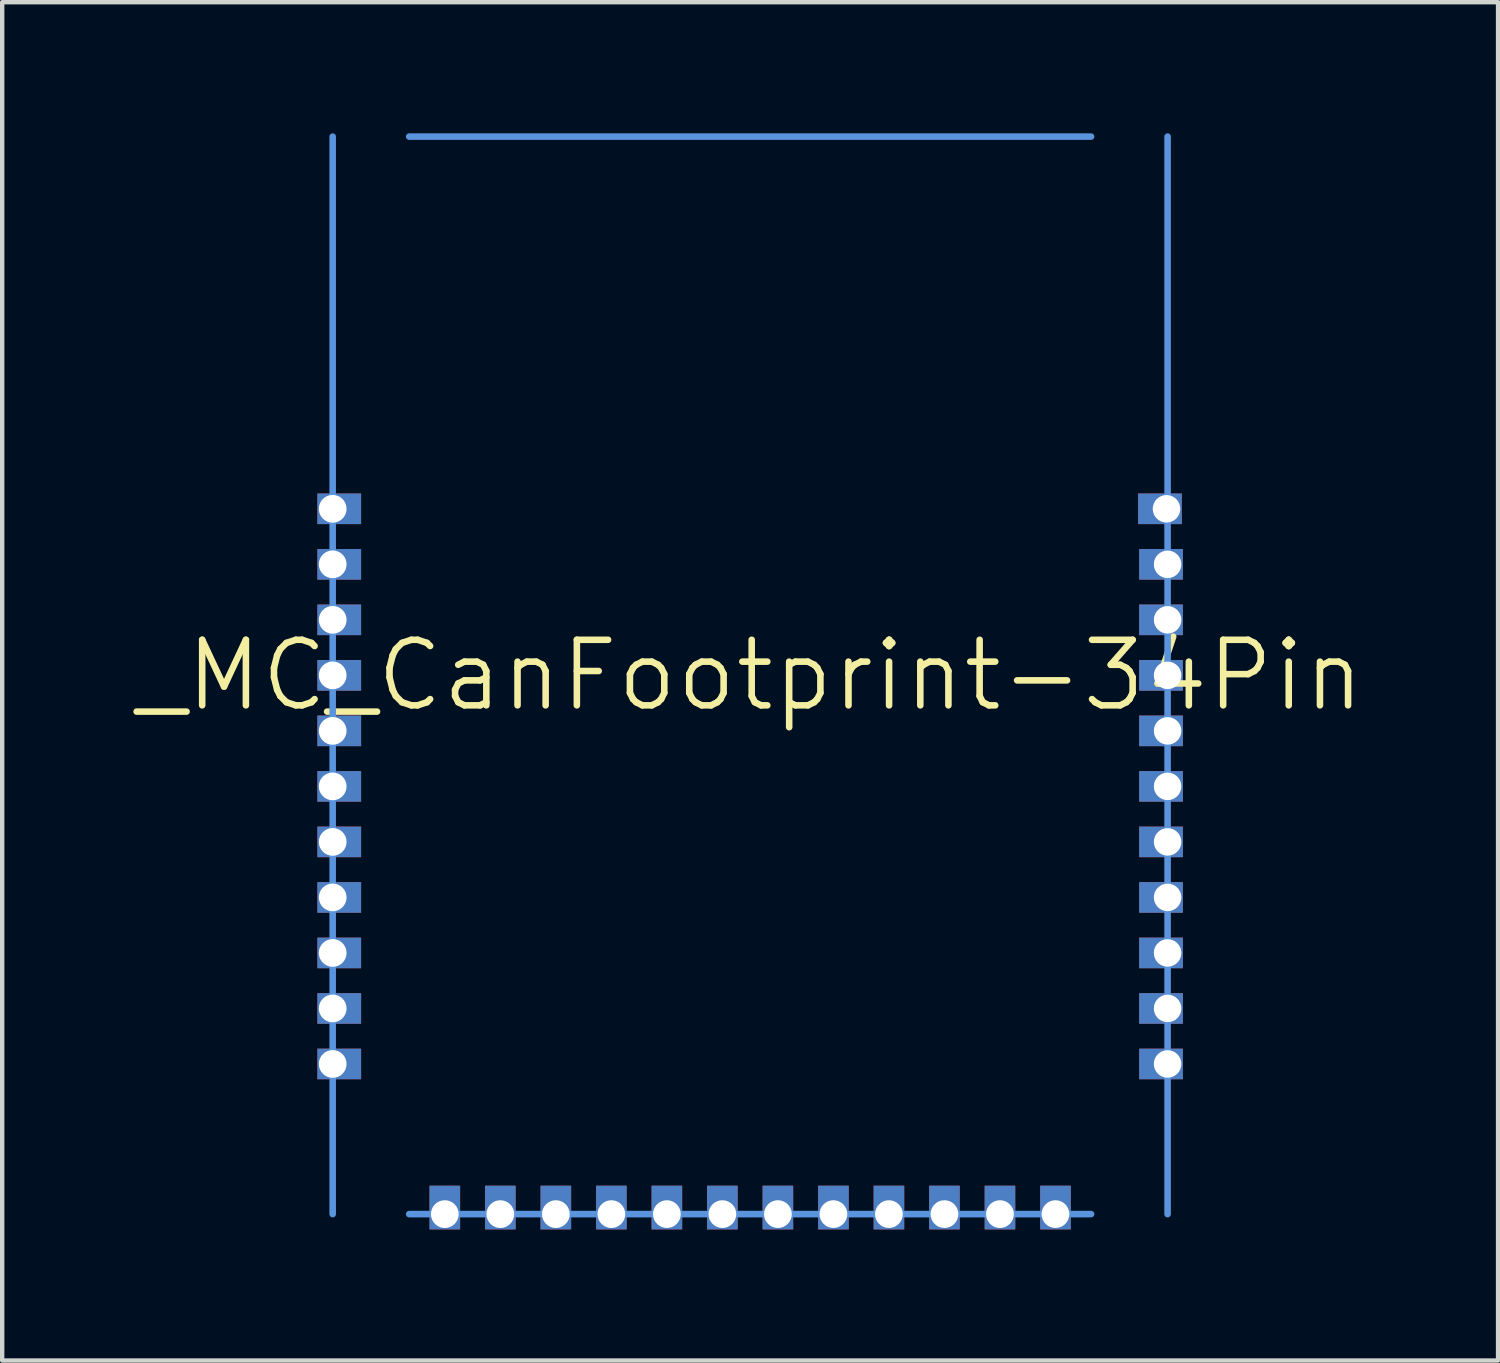
<source format=kicad_pcb>
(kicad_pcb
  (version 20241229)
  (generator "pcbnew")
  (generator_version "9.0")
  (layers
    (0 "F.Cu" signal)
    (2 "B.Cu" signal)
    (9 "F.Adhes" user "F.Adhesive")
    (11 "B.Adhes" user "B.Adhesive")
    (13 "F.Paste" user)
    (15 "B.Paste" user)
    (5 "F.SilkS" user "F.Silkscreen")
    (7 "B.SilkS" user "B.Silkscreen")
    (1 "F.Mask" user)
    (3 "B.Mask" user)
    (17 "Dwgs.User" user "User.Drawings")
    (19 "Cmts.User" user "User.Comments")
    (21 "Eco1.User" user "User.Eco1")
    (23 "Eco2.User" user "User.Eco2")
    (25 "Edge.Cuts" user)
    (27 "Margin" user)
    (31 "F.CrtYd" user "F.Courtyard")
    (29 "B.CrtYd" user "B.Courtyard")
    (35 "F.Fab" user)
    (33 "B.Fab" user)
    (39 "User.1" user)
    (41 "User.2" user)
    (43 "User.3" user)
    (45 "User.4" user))
  (footprint "_MC_CanFootprint-34Pin"
    (layer "F.Cu")
    (at 14.111 12.4)
    (property "Reference" "_MC_CanFootprint-34Pin" (at 0 0 0) (layer "F.SilkS") (effects (font (size 1.5 1.5) (thickness 0.15))))
    (attr through_hole)
    (fp_line (start -9.55 12.325) (end -9.55 -12.325) (stroke (width 0.15) (type solid)) (layer "Cmts.User"))
    (fp_line (start -7.8 -12.325) (end 7.8 -12.325) (stroke (width 0.15) (type solid)) (layer "Cmts.User"))
    (fp_line (start -7.8 12.325) (end 7.8 12.325) (stroke (width 0.15) (type solid)) (layer "Cmts.User"))
    (fp_line (start 9.55 -12.325) (end 9.55 12.325) (stroke (width 0.15) (type solid)) (layer "Cmts.User"))
    (pad "1" thru_hole trapezoid (at -9.55 -3.81) (size 1 0.7) (drill 0.635 (offset 0.15 0)) (layers "*.Cu" "*.Mask"))
    (pad "2" thru_hole trapezoid (at -9.55 -2.54) (size 1 0.7) (drill 0.635 (offset 0.15 0)) (layers "*.Cu" "*.Mask"))
    (pad "3" thru_hole trapezoid (at -9.55 -1.27) (size 1 0.7) (drill 0.635 (offset 0.15 0)) (layers "*.Cu" "*.Mask"))
    (pad "4" thru_hole trapezoid (at -9.55 0) (size 1 0.7) (drill 0.635 (offset 0.15 0)) (layers "*.Cu" "*.Mask"))
    (pad "5" thru_hole trapezoid (at -9.55 1.27) (size 1 0.7) (drill 0.635 (offset 0.15 0)) (layers "*.Cu" "*.Mask"))
    (pad "6" thru_hole trapezoid (at -9.55 2.54) (size 1 0.7) (drill 0.635 (offset 0.15 0)) (layers "*.Cu" "*.Mask"))
    (pad "7" thru_hole trapezoid (at -9.55 3.81) (size 1 0.7) (drill 0.635 (offset 0.15 0)) (layers "*.Cu" "*.Mask"))
    (pad "8" thru_hole trapezoid (at -9.55 5.08) (size 1 0.7) (drill 0.635 (offset 0.15 0)) (layers "*.Cu" "*.Mask"))
    (pad "9" thru_hole trapezoid (at -9.55 6.35) (size 1 0.7) (drill 0.635 (offset 0.15 0)) (layers "*.Cu" "*.Mask"))
    (pad "10" thru_hole trapezoid (at -9.55 7.62) (size 1 0.7) (drill 0.635 (offset 0.15 0)) (layers "*.Cu" "*.Mask"))
    (pad "11" thru_hole trapezoid (at -9.55 8.89) (size 1 0.7) (drill 0.635 (offset 0.15 0)) (layers "*.Cu" "*.Mask"))
    (pad "12" thru_hole rect (at -6.985 12.325) (size 0.7 1) (drill 0.635 (offset 0 -0.15)) (layers "*.Cu" "*.Mask"))
    (pad "13" thru_hole rect (at -5.715 12.325) (size 0.7 1) (drill 0.635 (offset 0 -0.15)) (layers "*.Cu" "*.Mask"))
    (pad "14" thru_hole rect (at -4.445 12.325) (size 0.7 1) (drill 0.635 (offset 0 -0.15)) (layers "*.Cu" "*.Mask"))
    (pad "15" thru_hole rect (at -3.175 12.325) (size 0.7 1) (drill 0.635 (offset 0 -0.15)) (layers "*.Cu" "*.Mask"))
    (pad "16" thru_hole rect (at -1.905 12.325) (size 0.7 1) (drill 0.635 (offset 0 -0.15)) (layers "*.Cu" "*.Mask"))
    (pad "17" thru_hole rect (at -0.635 12.325) (size 0.7 1) (drill 0.635 (offset 0 -0.15)) (layers "*.Cu" "*.Mask"))
    (pad "18" thru_hole rect (at 0.635 12.325) (size 0.7 1) (drill 0.635 (offset 0 -0.15)) (layers "*.Cu" "*.Mask"))
    (pad "19" thru_hole rect (at 1.905 12.325) (size 0.7 1) (drill 0.635 (offset 0 -0.15)) (layers "*.Cu" "*.Mask"))
    (pad "20" thru_hole rect (at 3.175 12.325) (size 0.7 1) (drill 0.635 (offset 0 -0.15)) (layers "*.Cu" "*.Mask"))
    (pad "21" thru_hole rect (at 4.445 12.325) (size 0.7 1) (drill 0.635 (offset 0 -0.15)) (layers "*.Cu" "*.Mask"))
    (pad "22" thru_hole rect (at 5.715 12.325) (size 0.7 1) (drill 0.635 (offset 0 -0.15)) (layers "*.Cu" "*.Mask"))
    (pad "23" thru_hole rect (at 6.985 12.325) (size 0.7 1) (drill 0.635 (offset 0 -0.15)) (layers "*.Cu" "*.Mask"))
    (pad "24" thru_hole rect (at 9.55 8.89) (size 1 0.7) (drill 0.63 (offset -0.15 0)) (layers "*.Cu" "*.Mask"))
    (pad "25" thru_hole rect (at 9.55 7.62) (size 1 0.7) (drill 0.63 (offset -0.15 0)) (layers "*.Cu" "*.Mask"))
    (pad "26" thru_hole rect (at 9.55 6.35) (size 1 0.7) (drill 0.63 (offset -0.15 0)) (layers "*.Cu" "*.Mask"))
    (pad "27" thru_hole rect (at 9.55 5.08) (size 1 0.7) (drill 0.63 (offset -0.15 0)) (layers "*.Cu" "*.Mask"))
    (pad "28" thru_hole rect (at 9.55 3.81) (size 1 0.7) (drill 0.63 (offset -0.15 0)) (layers "*.Cu" "*.Mask"))
    (pad "29" thru_hole rect (at 9.55 2.54) (size 1 0.7) (drill 0.63 (offset -0.15 0)) (layers "*.Cu" "*.Mask"))
    (pad "30" thru_hole rect (at 9.55 1.27) (size 1 0.7) (drill 0.63 (offset -0.15 0)) (layers "*.Cu" "*.Mask"))
    (pad "31" thru_hole rect (at 9.55 0) (size 1 0.7) (drill 0.63 (offset -0.15 0)) (layers "*.Cu" "*.Mask"))
    (pad "32" thru_hole rect (at 9.55 -1.27) (size 1 0.7) (drill 0.63 (offset -0.15 0)) (layers "*.Cu" "*.Mask"))
    (pad "33" thru_hole rect (at 9.55 -2.54) (size 1 0.7) (drill 0.63 (offset -0.15 0)) (layers "*.Cu" "*.Mask"))
    (pad "34" thru_hole rect (at 9.525 -3.81) (size 1 0.7) (drill 0.63 (offset -0.15 0)) (layers "*.Cu" "*.Mask")))
  (gr_rect
    (start -3 -3)
    (end 31.221 28.075)
    (stroke (width 0.1) (type default))
    (fill no)
    (layer "Edge.Cuts")))
</source>
